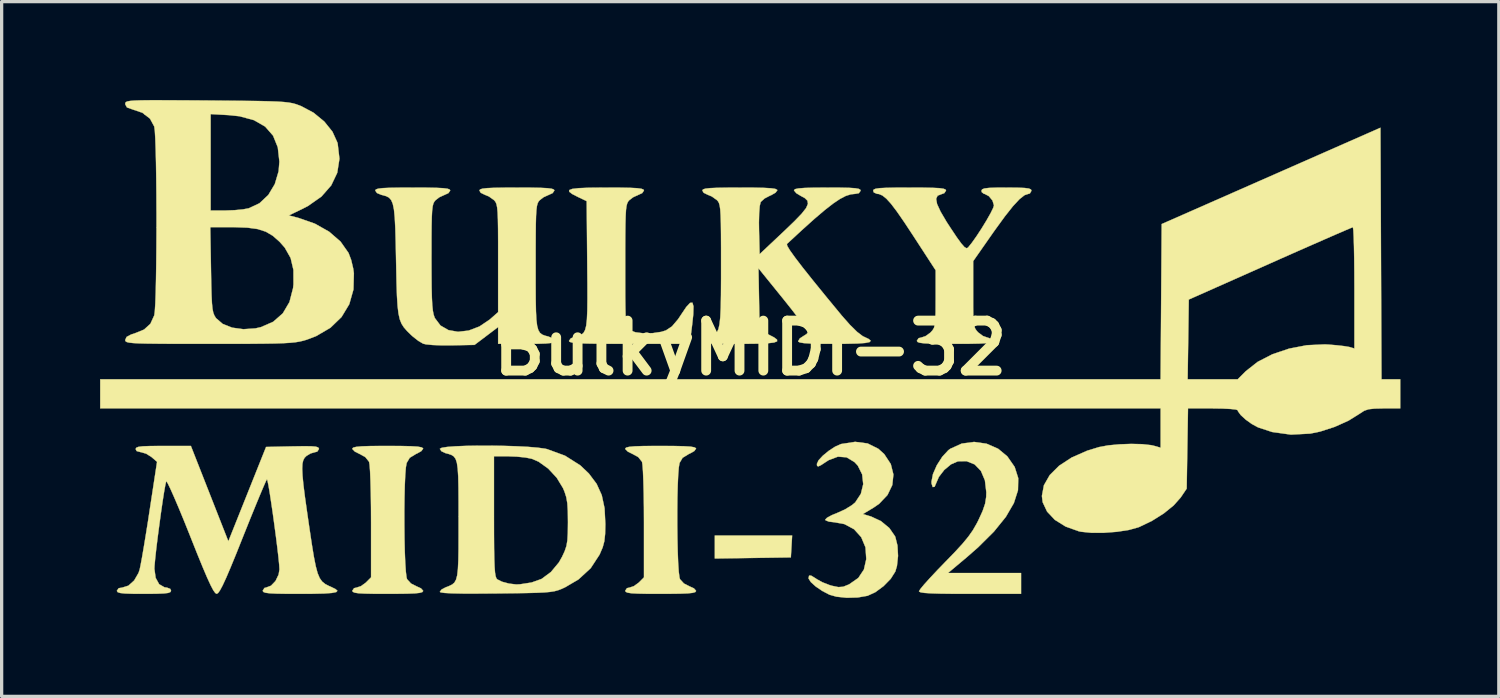
<source format=kicad_pcb>
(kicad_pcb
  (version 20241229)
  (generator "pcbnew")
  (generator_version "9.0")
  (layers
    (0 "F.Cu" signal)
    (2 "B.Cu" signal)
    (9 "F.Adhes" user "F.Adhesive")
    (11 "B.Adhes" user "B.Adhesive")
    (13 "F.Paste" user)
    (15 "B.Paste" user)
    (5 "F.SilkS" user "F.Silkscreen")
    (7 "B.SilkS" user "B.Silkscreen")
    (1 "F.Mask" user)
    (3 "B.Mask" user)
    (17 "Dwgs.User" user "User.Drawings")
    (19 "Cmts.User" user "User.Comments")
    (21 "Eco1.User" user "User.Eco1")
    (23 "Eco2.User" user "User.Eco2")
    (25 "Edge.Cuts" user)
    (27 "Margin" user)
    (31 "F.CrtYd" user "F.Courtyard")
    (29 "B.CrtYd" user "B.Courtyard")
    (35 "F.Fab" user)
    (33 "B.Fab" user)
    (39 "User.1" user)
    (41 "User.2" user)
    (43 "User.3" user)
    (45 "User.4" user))
  (footprint "BulkyMIDI-32"
    (layer "F.Cu")
    (at 19.817 7.557)
    (property "Reference" "BulkyMIDI-32" (at 0 0 0) (layer "F.SilkS") (effects (font (size 1.524 1.524) (thickness 0.3))))
    (attr through_hole)
    (fp_poly (pts (xy 1.238 6.382) (xy -1.079 6.416) (xy -1.079 5.715) (xy 1.277 5.715) (xy 1.238 6.382)) (stroke (width 0.01) (type solid)) (fill yes) (layer "F.SilkS"))
    (fp_poly (pts (xy 7.203 2.917) (xy 7.556 3.071) (xy 7.835 3.302) (xy 8.06 3.625) (xy 8.169 3.968) (xy 8.161 4.335) (xy 8.036 4.726) (xy 7.792 5.146) (xy 7.429 5.595) (xy 6.945 6.076) (xy 6.587 6.389) (xy 6.028 6.858) (xy 8.255 6.858) (xy 8.255 7.493) (xy 6.699 7.493) (xy 6.191 7.492) (xy 5.799 7.487) (xy 5.51 7.478) (xy 5.312 7.465) (xy 5.195 7.447) (xy 5.147 7.423) (xy 5.144 7.414) (xy 5.187 7.345) (xy 5.305 7.202) (xy 5.485 7.003) (xy 5.711 6.762) (xy 5.926 6.54) (xy 6.236 6.221) (xy 6.471 5.965) (xy 6.648 5.75) (xy 6.786 5.554) (xy 6.901 5.354) (xy 6.953 5.253) (xy 7.083 4.969) (xy 7.159 4.746) (xy 7.192 4.539) (xy 7.196 4.396) (xy 7.153 4.033) (xy 7.031 3.746) (xy 6.84 3.548) (xy 6.592 3.449) (xy 6.33 3.454) (xy 6.12 3.545) (xy 5.913 3.717) (xy 5.749 3.93) (xy 5.677 4.097) (xy 5.62 4.229) (xy 5.562 4.239) (xy 5.527 4.132) (xy 5.524 4.076) (xy 5.57 3.842) (xy 5.688 3.573) (xy 5.853 3.316) (xy 6.039 3.115) (xy 6.097 3.072) (xy 6.445 2.914) (xy 6.823 2.863) (xy 7.203 2.917)) (stroke (width 0.01) (type solid)) (fill yes) (layer "F.SilkS"))
    (fp_poly (pts (xy -10.638 2.987) (xy -10.339 2.994) (xy -10.138 3.006) (xy -10.021 3.027) (xy -9.973 3.055) (xy -9.97 3.067) (xy -10.023 3.141) (xy -10.156 3.216) (xy -10.186 3.228) (xy -10.38 3.347) (xy -10.472 3.504) (xy -10.496 3.638) (xy -10.515 3.872) (xy -10.529 4.187) (xy -10.538 4.56) (xy -10.543 4.97) (xy -10.542 5.395) (xy -10.538 5.814) (xy -10.529 6.205) (xy -10.515 6.546) (xy -10.497 6.816) (xy -10.475 6.994) (xy -10.46 7.046) (xy -10.34 7.178) (xy -10.175 7.262) (xy -10.036 7.325) (xy -9.97 7.399) (xy -9.97 7.407) (xy -9.993 7.439) (xy -10.073 7.463) (xy -10.226 7.479) (xy -10.466 7.488) (xy -10.809 7.492) (xy -11.049 7.493) (xy -11.449 7.492) (xy -11.739 7.486) (xy -11.935 7.476) (xy -12.054 7.458) (xy -12.113 7.432) (xy -12.129 7.398) (xy -12.075 7.32) (xy -11.999 7.303) (xy -11.866 7.259) (xy -11.721 7.155) (xy -11.713 7.147) (xy -11.557 6.991) (xy -11.557 5.309) (xy -11.559 4.852) (xy -11.565 4.43) (xy -11.575 4.061) (xy -11.587 3.766) (xy -11.602 3.562) (xy -11.617 3.47) (xy -11.731 3.326) (xy -11.903 3.231) (xy -12.049 3.159) (xy -12.125 3.082) (xy -12.129 3.067) (xy -12.101 3.036) (xy -12.01 3.013) (xy -11.841 2.997) (xy -11.578 2.988) (xy -11.209 2.985) (xy -11.049 2.985) (xy -10.638 2.987)) (stroke (width 0.01) (type solid)) (fill yes) (layer "F.SilkS"))
    (fp_poly (pts (xy -2.319 2.987) (xy -2.02 2.994) (xy -1.82 3.006) (xy -1.702 3.027) (xy -1.654 3.055) (xy -1.651 3.067) (xy -1.705 3.141) (xy -1.838 3.216) (xy -1.868 3.228) (xy -2.062 3.347) (xy -2.154 3.504) (xy -2.177 3.638) (xy -2.196 3.872) (xy -2.21 4.187) (xy -2.22 4.56) (xy -2.224 4.97) (xy -2.224 5.395) (xy -2.219 5.814) (xy -2.21 6.205) (xy -2.197 6.546) (xy -2.179 6.816) (xy -2.156 6.994) (xy -2.141 7.046) (xy -2.021 7.178) (xy -1.857 7.262) (xy -1.717 7.325) (xy -1.652 7.399) (xy -1.651 7.407) (xy -1.674 7.439) (xy -1.755 7.463) (xy -1.907 7.479) (xy -2.147 7.488) (xy -2.491 7.492) (xy -2.731 7.493) (xy -3.131 7.492) (xy -3.42 7.486) (xy -3.616 7.476) (xy -3.736 7.458) (xy -3.795 7.432) (xy -3.81 7.398) (xy -3.757 7.32) (xy -3.68 7.303) (xy -3.548 7.259) (xy -3.403 7.155) (xy -3.394 7.147) (xy -3.239 6.991) (xy -3.239 5.309) (xy -3.241 4.852) (xy -3.247 4.43) (xy -3.257 4.061) (xy -3.269 3.766) (xy -3.284 3.562) (xy -3.298 3.47) (xy -3.412 3.326) (xy -3.584 3.231) (xy -3.73 3.159) (xy -3.807 3.082) (xy -3.81 3.067) (xy -3.783 3.036) (xy -3.692 3.013) (xy -3.522 2.997) (xy -3.26 2.988) (xy -2.89 2.985) (xy -2.731 2.985) (xy -2.319 2.987)) (stroke (width 0.01) (type solid)) (fill yes) (layer "F.SilkS"))
    (fp_poly (pts (xy -3.964 -4.888) (xy -3.657 -4.882) (xy -3.447 -4.871) (xy -3.318 -4.854) (xy -3.253 -4.829) (xy -3.239 -4.801) (xy -3.293 -4.721) (xy -3.399 -4.673) (xy -3.569 -4.595) (xy -3.685 -4.507) (xy -3.721 -4.465) (xy -3.749 -4.41) (xy -3.771 -4.328) (xy -3.787 -4.205) (xy -3.797 -4.025) (xy -3.804 -3.774) (xy -3.808 -3.438) (xy -3.81 -3.003) (xy -3.81 -2.512) (xy -3.81 -1.976) (xy -3.809 -1.553) (xy -3.805 -1.229) (xy -3.799 -0.988) (xy -3.788 -0.818) (xy -3.772 -0.704) (xy -3.75 -0.632) (xy -3.721 -0.586) (xy -3.684 -0.554) (xy -3.669 -0.543) (xy -3.499 -0.479) (xy -3.252 -0.448) (xy -2.974 -0.453) (xy -2.712 -0.492) (xy -2.57 -0.536) (xy -2.386 -0.658) (xy -2.199 -0.878) (xy -2.111 -1.01) (xy -1.949 -1.251) (xy -1.833 -1.375) (xy -1.761 -1.381) (xy -1.73 -1.269) (xy -1.736 -1.04) (xy -1.742 -0.968) (xy -1.77 -0.712) (xy -1.799 -0.476) (xy -1.82 -0.333) (xy -1.856 -0.127) (xy -3.69 -0.127) (xy -4.231 -0.128) (xy -4.657 -0.131) (xy -4.982 -0.136) (xy -5.217 -0.145) (xy -5.377 -0.158) (xy -5.472 -0.176) (xy -5.517 -0.198) (xy -5.524 -0.217) (xy -5.47 -0.293) (xy -5.341 -0.348) (xy -5.235 -0.373) (xy -5.15 -0.405) (xy -5.084 -0.458) (xy -5.035 -0.545) (xy -5 -0.678) (xy -4.978 -0.872) (xy -4.966 -1.139) (xy -4.962 -1.493) (xy -4.963 -1.947) (xy -4.968 -2.514) (xy -4.968 -2.546) (xy -4.985 -4.477) (xy -5.252 -4.604) (xy -5.425 -4.693) (xy -5.516 -4.762) (xy -5.518 -4.813) (xy -5.425 -4.849) (xy -5.228 -4.872) (xy -4.921 -4.885) (xy -4.496 -4.889) (xy -4.381 -4.889) (xy -3.964 -4.888)) (stroke (width 0.01) (type solid)) (fill yes) (layer "F.SilkS"))
    (fp_poly (pts (xy 3.577 2.909) (xy 3.905 3.072) (xy 4.085 3.235) (xy 4.284 3.537) (xy 4.364 3.856) (xy 4.33 4.177) (xy 4.184 4.48) (xy 3.93 4.748) (xy 3.762 4.864) (xy 3.434 5.061) (xy 3.683 5.136) (xy 3.984 5.276) (xy 4.24 5.488) (xy 4.413 5.738) (xy 4.422 5.758) (xy 4.488 6.022) (xy 4.505 6.338) (xy 4.472 6.644) (xy 4.423 6.812) (xy 4.282 7.035) (xy 4.064 7.258) (xy 3.812 7.444) (xy 3.576 7.552) (xy 3.276 7.604) (xy 2.942 7.613) (xy 2.629 7.58) (xy 2.416 7.52) (xy 2.196 7.405) (xy 1.996 7.269) (xy 1.848 7.135) (xy 1.779 7.027) (xy 1.778 7.014) (xy 1.794 6.938) (xy 1.856 6.938) (xy 1.987 7.017) (xy 2.029 7.046) (xy 2.203 7.142) (xy 2.424 7.228) (xy 2.488 7.247) (xy 2.686 7.288) (xy 2.835 7.277) (xy 3.007 7.207) (xy 3.017 7.202) (xy 3.294 7.009) (xy 3.465 6.752) (xy 3.537 6.434) (xy 3.513 6.076) (xy 3.383 5.766) (xy 3.164 5.524) (xy 2.87 5.367) (xy 2.574 5.313) (xy 2.398 5.292) (xy 2.297 5.252) (xy 2.286 5.231) (xy 2.341 5.174) (xy 2.484 5.096) (xy 2.654 5.026) (xy 2.887 4.921) (xy 3.097 4.792) (xy 3.199 4.708) (xy 3.372 4.445) (xy 3.444 4.15) (xy 3.412 3.853) (xy 3.279 3.586) (xy 3.179 3.478) (xy 2.936 3.332) (xy 2.673 3.312) (xy 2.393 3.417) (xy 2.324 3.461) (xy 2.158 3.57) (xy 2.071 3.611) (xy 2.037 3.59) (xy 2.032 3.532) (xy 2.083 3.422) (xy 2.214 3.281) (xy 2.393 3.134) (xy 2.588 3.007) (xy 2.766 2.928) (xy 2.774 2.926) (xy 3.198 2.86) (xy 3.577 2.909)) (stroke (width 0.01) (type solid)) (fill yes) (layer "F.SilkS"))
    (fp_poly (pts (xy 19.225 -2.881) (xy 19.241 0.953) (xy 19.812 0.953) (xy 19.812 1.841) (xy 19.3 1.841) (xy 19.029 1.847) (xy 18.847 1.867) (xy 18.715 1.912) (xy 18.595 1.989) (xy 18.584 1.997) (xy 18.236 2.214) (xy 17.813 2.404) (xy 17.367 2.548) (xy 17.069 2.609) (xy 16.481 2.64) (xy 15.91 2.561) (xy 15.48 2.42) (xy 15.289 2.317) (xy 15.101 2.182) (xy 14.95 2.043) (xy 14.866 1.928) (xy 14.859 1.896) (xy 14.8 1.875) (xy 14.638 1.858) (xy 14.398 1.846) (xy 14.106 1.842) (xy 14.101 1.841) (xy 13.343 1.841) (xy 13.323 3.064) (xy 13.303 4.286) (xy 13.12 4.557) (xy 12.907 4.797) (xy 12.605 5.042) (xy 12.246 5.268) (xy 11.864 5.452) (xy 11.826 5.467) (xy 11.54 5.546) (xy 11.176 5.602) (xy 10.782 5.632) (xy 10.403 5.633) (xy 10.087 5.601) (xy 10.015 5.586) (xy 9.612 5.442) (xy 9.285 5.238) (xy 9.048 4.986) (xy 8.914 4.701) (xy 8.89 4.51) (xy 8.952 4.182) (xy 9.13 3.872) (xy 9.416 3.588) (xy 9.798 3.338) (xy 10.268 3.131) (xy 10.634 3.019) (xy 10.911 2.968) (xy 11.251 2.936) (xy 11.61 2.923) (xy 11.947 2.931) (xy 12.219 2.961) (xy 12.304 2.98) (xy 12.509 3.039) (xy 12.509 1.841) (xy -19.812 1.841) (xy -19.812 0.953) (xy 12.508 0.953) (xy 13.332 0.953) (xy 14.859 0.953) (xy 15.107 0.705) (xy 15.465 0.423) (xy 15.915 0.191) (xy 16.425 0.019) (xy 16.966 -0.085) (xy 17.51 -0.11) (xy 17.621 -0.105) (xy 17.881 -0.083) (xy 18.107 -0.057) (xy 18.256 -0.032) (xy 18.272 -0.028) (xy 18.415 0.015) (xy 18.415 -1.834) (xy 18.413 -2.304) (xy 18.409 -2.729) (xy 18.402 -3.095) (xy 18.393 -3.385) (xy 18.383 -3.584) (xy 18.371 -3.676) (xy 18.367 -3.681) (xy 18.301 -3.655) (xy 18.131 -3.583) (xy 17.869 -3.47) (xy 17.528 -3.321) (xy 17.12 -3.142) (xy 16.656 -2.938) (xy 16.15 -2.714) (xy 15.843 -2.577) (xy 13.367 -1.477) (xy 13.35 -0.262) (xy 13.332 0.953) (xy 12.508 0.953) (xy 12.541 -3.778) (xy 19.209 -6.714) (xy 19.225 -2.881)) (stroke (width 0.01) (type solid)) (fill yes) (layer "F.SilkS"))
    (fp_poly (pts (xy -7.506 2.983) (xy -7.122 2.995) (xy -6.772 3.013) (xy -6.477 3.038) (xy -6.256 3.068) (xy -6.193 3.082) (xy -5.646 3.282) (xy -5.183 3.575) (xy -4.919 3.825) (xy -4.682 4.141) (xy -4.526 4.484) (xy -4.44 4.883) (xy -4.416 5.366) (xy -4.423 5.668) (xy -4.447 5.889) (xy -4.497 6.075) (xy -4.581 6.272) (xy -4.592 6.297) (xy -4.863 6.712) (xy -5.236 7.055) (xy -5.644 7.294) (xy -5.753 7.344) (xy -5.853 7.382) (xy -5.962 7.412) (xy -6.097 7.434) (xy -6.274 7.45) (xy -6.511 7.461) (xy -6.825 7.469) (xy -7.232 7.475) (xy -7.731 7.481) (xy -8.303 7.485) (xy -8.754 7.485) (xy -9.09 7.478) (xy -9.315 7.466) (xy -9.436 7.448) (xy -9.461 7.432) (xy -9.409 7.362) (xy -9.287 7.297) (xy -9.174 7.253) (xy -9.085 7.209) (xy -9.017 7.151) (xy -8.967 7.062) (xy -8.932 6.93) (xy -8.91 6.74) (xy -8.897 6.478) (xy -8.891 6.128) (xy -8.89 5.678) (xy -8.89 5.239) (xy -8.89 4.693) (xy -8.893 4.26) (xy -8.9 3.927) (xy -8.916 3.678) (xy -8.941 3.501) (xy -8.98 3.381) (xy -9.035 3.305) (xy -9.039 3.302) (xy -7.811 3.302) (xy -7.811 5.136) (xy -7.81 5.676) (xy -7.807 6.103) (xy -7.801 6.43) (xy -7.792 6.672) (xy -7.779 6.841) (xy -7.761 6.952) (xy -7.738 7.019) (xy -7.712 7.051) (xy -7.566 7.124) (xy -7.353 7.181) (xy -7.134 7.207) (xy -7.017 7.202) (xy -6.867 7.179) (xy -6.675 7.149) (xy -6.663 7.147) (xy -6.36 7.039) (xy -6.074 6.827) (xy -5.831 6.534) (xy -5.734 6.363) (xy -5.654 6.189) (xy -5.602 6.034) (xy -5.573 5.863) (xy -5.56 5.638) (xy -5.556 5.325) (xy -5.556 5.302) (xy -5.56 4.971) (xy -5.575 4.732) (xy -5.607 4.547) (xy -5.66 4.381) (xy -5.708 4.268) (xy -5.898 3.955) (xy -6.157 3.676) (xy -6.449 3.466) (xy -6.655 3.377) (xy -6.85 3.338) (xy -7.112 3.311) (xy -7.357 3.302) (xy -7.811 3.302) (xy -9.039 3.302) (xy -9.109 3.258) (xy -9.203 3.226) (xy -9.287 3.205) (xy -9.413 3.146) (xy -9.461 3.073) (xy -9.401 3.041) (xy -9.235 3.015) (xy -8.981 2.996) (xy -8.662 2.983) (xy -8.296 2.977) (xy -7.904 2.977) (xy -7.506 2.983)) (stroke (width 0.01) (type solid)) (fill yes) (layer "F.SilkS"))
    (fp_poly (pts (xy 8.139 -4.887) (xy 8.36 -4.878) (xy 8.493 -4.861) (xy 8.557 -4.832) (xy 8.572 -4.794) (xy 8.524 -4.71) (xy 8.482 -4.699) (xy 8.362 -4.659) (xy 8.206 -4.536) (xy 8.007 -4.322) (xy 7.76 -4.01) (xy 7.459 -3.596) (xy 7.396 -3.507) (xy 6.795 -2.647) (xy 6.795 -1.638) (xy 6.795 -1.259) (xy 6.799 -0.985) (xy 6.809 -0.796) (xy 6.829 -0.669) (xy 6.86 -0.585) (xy 6.906 -0.52) (xy 6.95 -0.473) (xy 7.094 -0.366) (xy 7.229 -0.318) (xy 7.236 -0.318) (xy 7.342 -0.278) (xy 7.366 -0.222) (xy 7.35 -0.188) (xy 7.291 -0.163) (xy 7.173 -0.145) (xy 6.979 -0.135) (xy 6.693 -0.129) (xy 6.299 -0.127) (xy 6.223 -0.127) (xy 5.81 -0.128) (xy 5.508 -0.133) (xy 5.3 -0.143) (xy 5.17 -0.159) (xy 5.102 -0.183) (xy 5.08 -0.216) (xy 5.08 -0.222) (xy 5.133 -0.3) (xy 5.21 -0.318) (xy 5.342 -0.361) (xy 5.487 -0.465) (xy 5.496 -0.473) (xy 5.558 -0.542) (xy 5.601 -0.615) (xy 5.628 -0.718) (xy 5.643 -0.873) (xy 5.65 -1.105) (xy 5.651 -1.437) (xy 5.652 -1.499) (xy 5.652 -2.369) (xy 4.976 -3.409) (xy 4.698 -3.831) (xy 4.475 -4.154) (xy 4.296 -4.39) (xy 4.151 -4.551) (xy 4.03 -4.648) (xy 3.925 -4.693) (xy 3.865 -4.699) (xy 3.767 -4.741) (xy 3.747 -4.794) (xy 3.763 -4.829) (xy 3.822 -4.854) (xy 3.942 -4.872) (xy 4.138 -4.882) (xy 4.427 -4.888) (xy 4.826 -4.889) (xy 4.858 -4.889) (xy 5.267 -4.888) (xy 5.565 -4.882) (xy 5.769 -4.872) (xy 5.893 -4.854) (xy 5.954 -4.829) (xy 5.969 -4.799) (xy 5.915 -4.72) (xy 5.826 -4.688) (xy 5.711 -4.643) (xy 5.666 -4.547) (xy 5.695 -4.388) (xy 5.801 -4.158) (xy 5.985 -3.845) (xy 6.104 -3.662) (xy 6.295 -3.376) (xy 6.433 -3.186) (xy 6.528 -3.078) (xy 6.592 -3.041) (xy 6.635 -3.058) (xy 6.753 -3.204) (xy 6.899 -3.41) (xy 7.054 -3.647) (xy 7.202 -3.889) (xy 7.325 -4.106) (xy 7.406 -4.271) (xy 7.429 -4.348) (xy 7.383 -4.497) (xy 7.272 -4.63) (xy 7.142 -4.698) (xy 7.123 -4.699) (xy 7.057 -4.75) (xy 7.048 -4.794) (xy 7.068 -4.835) (xy 7.138 -4.863) (xy 7.279 -4.88) (xy 7.51 -4.888) (xy 7.811 -4.889) (xy 8.139 -4.887)) (stroke (width 0.01) (type solid)) (fill yes) (layer "F.SilkS"))
    (fp_poly (pts (xy -6.694 -4.888) (xy -6.388 -4.882) (xy -6.178 -4.871) (xy -6.048 -4.854) (xy -5.984 -4.829) (xy -5.969 -4.801) (xy -6.023 -4.721) (xy -6.129 -4.673) (xy -6.3 -4.595) (xy -6.415 -4.507) (xy -6.451 -4.465) (xy -6.479 -4.411) (xy -6.501 -4.33) (xy -6.517 -4.207) (xy -6.528 -4.028) (xy -6.535 -3.779) (xy -6.538 -3.446) (xy -6.54 -3.014) (xy -6.54 -2.486) (xy -6.54 -1.924) (xy -6.538 -1.476) (xy -6.531 -1.127) (xy -6.518 -0.865) (xy -6.495 -0.676) (xy -6.459 -0.546) (xy -6.409 -0.462) (xy -6.343 -0.41) (xy -6.256 -0.376) (xy -6.147 -0.348) (xy -6.144 -0.347) (xy -6.017 -0.288) (xy -5.969 -0.215) (xy -5.992 -0.179) (xy -6.073 -0.153) (xy -6.23 -0.137) (xy -6.479 -0.129) (xy -6.826 -0.127) (xy -7.684 -0.127) (xy -7.684 -0.639) (xy -8.043 -0.367) (xy -8.403 -0.095) (xy -9.107 -0.081) (xy -9.41 -0.081) (xy -9.679 -0.091) (xy -9.881 -0.111) (xy -9.97 -0.132) (xy -10.115 -0.217) (xy -10.286 -0.351) (xy -10.34 -0.4) (xy -10.46 -0.518) (xy -10.555 -0.626) (xy -10.629 -0.741) (xy -10.683 -0.878) (xy -10.722 -1.055) (xy -10.749 -1.287) (xy -10.768 -1.592) (xy -10.781 -1.986) (xy -10.791 -2.484) (xy -10.795 -2.676) (xy -10.806 -3.217) (xy -10.818 -3.645) (xy -10.835 -3.975) (xy -10.859 -4.219) (xy -10.895 -4.393) (xy -10.944 -4.509) (xy -11.011 -4.584) (xy -11.098 -4.629) (xy -11.209 -4.66) (xy -11.246 -4.669) (xy -11.377 -4.724) (xy -11.43 -4.799) (xy -11.411 -4.832) (xy -11.342 -4.856) (xy -11.208 -4.873) (xy -10.994 -4.883) (xy -10.683 -4.888) (xy -10.287 -4.889) (xy -9.869 -4.888) (xy -9.563 -4.882) (xy -9.353 -4.871) (xy -9.223 -4.854) (xy -9.159 -4.829) (xy -9.144 -4.801) (xy -9.198 -4.721) (xy -9.304 -4.673) (xy -9.475 -4.595) (xy -9.59 -4.507) (xy -9.628 -4.462) (xy -9.658 -4.403) (xy -9.68 -4.315) (xy -9.696 -4.182) (xy -9.706 -3.987) (xy -9.712 -3.717) (xy -9.715 -3.354) (xy -9.715 -2.883) (xy -9.716 -2.756) (xy -9.714 -2.242) (xy -9.711 -1.839) (xy -9.703 -1.53) (xy -9.691 -1.301) (xy -9.673 -1.134) (xy -9.649 -1.014) (xy -9.618 -0.925) (xy -9.612 -0.912) (xy -9.441 -0.685) (xy -9.198 -0.545) (xy -8.906 -0.494) (xy -8.584 -0.531) (xy -8.254 -0.656) (xy -7.937 -0.87) (xy -7.917 -0.888) (xy -7.684 -1.093) (xy -7.684 -2.737) (xy -7.684 -3.238) (xy -7.686 -3.628) (xy -7.691 -3.922) (xy -7.7 -4.135) (xy -7.714 -4.283) (xy -7.734 -4.382) (xy -7.761 -4.448) (xy -7.797 -4.495) (xy -7.809 -4.507) (xy -7.965 -4.619) (xy -8.095 -4.673) (xy -8.215 -4.732) (xy -8.255 -4.801) (xy -8.234 -4.833) (xy -8.161 -4.857) (xy -8.021 -4.873) (xy -7.798 -4.883) (xy -7.476 -4.888) (xy -7.112 -4.889) (xy -6.694 -4.888)) (stroke (width 0.01) (type solid)) (fill yes) (layer "F.SilkS"))
    (fp_poly (pts (xy 2.736 -4.888) (xy 3.013 -4.882) (xy 3.197 -4.87) (xy 3.306 -4.851) (xy 3.356 -4.823) (xy 3.365 -4.794) (xy 3.31 -4.718) (xy 3.205 -4.699) (xy 3.065 -4.684) (xy 2.913 -4.636) (xy 2.736 -4.544) (xy 2.526 -4.403) (xy 2.27 -4.203) (xy 1.957 -3.937) (xy 1.578 -3.596) (xy 1.12 -3.173) (xy 1.117 -3.171) (xy 1.129 -3.111) (xy 1.212 -2.973) (xy 1.368 -2.755) (xy 1.6 -2.452) (xy 1.91 -2.063) (xy 2.299 -1.584) (xy 2.77 -1.013) (xy 2.784 -0.995) (xy 3.038 -0.707) (xy 3.258 -0.491) (xy 3.429 -0.361) (xy 3.467 -0.343) (xy 3.612 -0.274) (xy 3.672 -0.221) (xy 3.639 -0.181) (xy 3.507 -0.154) (xy 3.268 -0.137) (xy 2.915 -0.129) (xy 2.572 -0.127) (xy 2.15 -0.129) (xy 1.842 -0.136) (xy 1.634 -0.149) (xy 1.512 -0.169) (xy 1.463 -0.197) (xy 1.46 -0.207) (xy 1.512 -0.293) (xy 1.599 -0.35) (xy 1.716 -0.424) (xy 1.758 -0.477) (xy 1.727 -0.545) (xy 1.626 -0.694) (xy 1.468 -0.908) (xy 1.266 -1.171) (xy 1.031 -1.466) (xy 1.015 -1.486) (xy 0.251 -2.43) (xy 0.286 -0.54) (xy 0.553 -0.413) (xy 0.726 -0.324) (xy 0.817 -0.255) (xy 0.819 -0.203) (xy 0.726 -0.167) (xy 0.529 -0.144) (xy 0.222 -0.132) (xy -0.203 -0.127) (xy -0.318 -0.127) (xy -0.734 -0.129) (xy -1.039 -0.134) (xy -1.248 -0.145) (xy -1.378 -0.161) (xy -1.443 -0.186) (xy -1.46 -0.217) (xy -1.406 -0.293) (xy -1.273 -0.349) (xy -1.27 -0.349) (xy -1.166 -0.376) (xy -1.083 -0.413) (xy -1.018 -0.475) (xy -0.97 -0.575) (xy -0.936 -0.726) (xy -0.913 -0.941) (xy -0.899 -1.233) (xy -0.892 -1.617) (xy -0.889 -2.105) (xy -0.889 -2.522) (xy -0.889 -3.058) (xy -0.891 -3.482) (xy -0.895 -3.807) (xy -0.903 -4.049) (xy -0.914 -4.222) (xy -0.931 -4.34) (xy -0.953 -4.418) (xy -0.982 -4.471) (xy -1.014 -4.507) (xy -1.171 -4.619) (xy -1.3 -4.673) (xy -1.42 -4.732) (xy -1.46 -4.801) (xy -1.44 -4.833) (xy -1.367 -4.857) (xy -1.226 -4.873) (xy -1.003 -4.883) (xy -0.682 -4.888) (xy -0.318 -4.889) (xy 0.107 -4.888) (xy 0.419 -4.881) (xy 0.632 -4.869) (xy 0.76 -4.851) (xy 0.818 -4.824) (xy 0.826 -4.807) (xy 0.771 -4.734) (xy 0.638 -4.658) (xy 0.603 -4.644) (xy 0.437 -4.558) (xy 0.323 -4.454) (xy 0.316 -4.441) (xy 0.289 -4.326) (xy 0.272 -4.112) (xy 0.265 -3.827) (xy 0.268 -3.589) (xy 0.286 -2.86) (xy 1.035 -3.565) (xy 1.346 -3.864) (xy 1.566 -4.092) (xy 1.702 -4.264) (xy 1.759 -4.393) (xy 1.744 -4.49) (xy 1.663 -4.57) (xy 1.541 -4.636) (xy 1.404 -4.719) (xy 1.336 -4.8) (xy 1.335 -4.81) (xy 1.366 -4.842) (xy 1.47 -4.864) (xy 1.66 -4.879) (xy 1.95 -4.887) (xy 2.349 -4.889) (xy 2.736 -4.888)) (stroke (width 0.01) (type solid)) (fill yes) (layer "F.SilkS"))
    (fp_poly (pts (xy -16.478 4.438) (xy -15.907 5.892) (xy -15.332 4.454) (xy -14.757 3.016) (xy -13.951 2.998) (xy -13.614 2.993) (xy -13.384 2.995) (xy -13.242 3.007) (xy -13.169 3.031) (xy -13.145 3.069) (xy -13.145 3.078) (xy -13.197 3.158) (xy -13.264 3.175) (xy -13.401 3.214) (xy -13.527 3.29) (xy -13.584 3.347) (xy -13.624 3.422) (xy -13.649 3.529) (xy -13.656 3.681) (xy -13.646 3.894) (xy -13.618 4.179) (xy -13.571 4.551) (xy -13.504 5.024) (xy -13.438 5.479) (xy -13.364 5.974) (xy -13.301 6.359) (xy -13.243 6.651) (xy -13.186 6.864) (xy -13.122 7.015) (xy -13.047 7.12) (xy -12.954 7.195) (xy -12.837 7.255) (xy -12.779 7.28) (xy -12.64 7.348) (xy -12.583 7.4) (xy -12.618 7.439) (xy -12.75 7.466) (xy -12.988 7.483) (xy -13.339 7.491) (xy -13.716 7.493) (xy -14.129 7.492) (xy -14.431 7.487) (xy -14.639 7.477) (xy -14.769 7.461) (xy -14.837 7.437) (xy -14.859 7.404) (xy -14.859 7.398) (xy -14.808 7.314) (xy -14.761 7.303) (xy -14.608 7.246) (xy -14.469 7.101) (xy -14.375 6.906) (xy -14.349 6.75) (xy -14.357 6.612) (xy -14.379 6.386) (xy -14.413 6.094) (xy -14.455 5.758) (xy -14.503 5.399) (xy -14.552 5.04) (xy -14.602 4.702) (xy -14.647 4.408) (xy -14.686 4.179) (xy -14.716 4.037) (xy -14.73 4.001) (xy -14.761 4.058) (xy -14.832 4.218) (xy -14.938 4.468) (xy -15.072 4.792) (xy -15.229 5.176) (xy -15.401 5.605) (xy -15.458 5.747) (xy -15.668 6.273) (xy -15.839 6.689) (xy -15.975 7.007) (xy -16.081 7.236) (xy -16.162 7.387) (xy -16.221 7.469) (xy -16.263 7.493) (xy -16.306 7.467) (xy -16.366 7.383) (xy -16.446 7.231) (xy -16.552 7.001) (xy -16.688 6.682) (xy -16.859 6.264) (xy -17.069 5.737) (xy -17.071 5.731) (xy -17.247 5.293) (xy -17.408 4.902) (xy -17.55 4.569) (xy -17.665 4.31) (xy -17.749 4.136) (xy -17.795 4.063) (xy -17.802 4.064) (xy -17.829 4.183) (xy -17.868 4.402) (xy -17.914 4.697) (xy -17.964 5.042) (xy -18.014 5.413) (xy -18.063 5.783) (xy -18.105 6.127) (xy -18.137 6.421) (xy -18.157 6.639) (xy -18.161 6.731) (xy -18.123 7.006) (xy -18.016 7.2) (xy -17.851 7.295) (xy -17.78 7.303) (xy -17.677 7.342) (xy -17.653 7.398) (xy -17.671 7.437) (xy -17.739 7.465) (xy -17.875 7.481) (xy -18.098 7.49) (xy -18.426 7.493) (xy -18.479 7.493) (xy -18.822 7.491) (xy -19.058 7.483) (xy -19.204 7.467) (xy -19.28 7.442) (xy -19.304 7.404) (xy -19.304 7.398) (xy -19.249 7.321) (xy -19.142 7.303) (xy -18.953 7.244) (xy -18.778 7.086) (xy -18.645 6.856) (xy -18.611 6.755) (xy -18.583 6.623) (xy -18.539 6.387) (xy -18.484 6.067) (xy -18.421 5.684) (xy -18.353 5.26) (xy -18.312 4.989) (xy -18.08 3.469) (xy -18.251 3.322) (xy -18.412 3.221) (xy -18.569 3.175) (xy -18.577 3.175) (xy -18.702 3.141) (xy -18.733 3.08) (xy -18.714 3.04) (xy -18.647 3.013) (xy -18.513 2.996) (xy -18.292 2.988) (xy -17.966 2.985) (xy -17.891 2.985) (xy -17.049 2.985) (xy -16.478 4.438)) (stroke (width 0.01) (type solid)) (fill yes) (layer "F.SilkS"))
    (fp_poly (pts (xy -17.499 -7.55) (xy -16.94 -7.547) (xy -16.558 -7.544) (xy -15.929 -7.538) (xy -15.414 -7.533) (xy -14.999 -7.528) (xy -14.67 -7.52) (xy -14.414 -7.511) (xy -14.218 -7.498) (xy -14.067 -7.481) (xy -13.949 -7.46) (xy -13.85 -7.433) (xy -13.756 -7.399) (xy -13.686 -7.372) (xy -13.309 -7.171) (xy -12.983 -6.903) (xy -12.733 -6.592) (xy -12.584 -6.264) (xy -12.575 -6.231) (xy -12.521 -5.768) (xy -12.588 -5.341) (xy -12.772 -4.955) (xy -13.071 -4.615) (xy -13.482 -4.327) (xy -13.651 -4.24) (xy -14.065 -4.041) (xy -13.78 -3.968) (xy -13.272 -3.791) (xy -12.835 -3.545) (xy -12.486 -3.242) (xy -12.244 -2.898) (xy -12.163 -2.684) (xy -12.101 -2.421) (xy -12.081 -2.278) (xy -12.094 -1.783) (xy -12.221 -1.335) (xy -12.458 -0.943) (xy -12.797 -0.616) (xy -13.232 -0.362) (xy -13.516 -0.254) (xy -13.624 -0.222) (xy -13.736 -0.196) (xy -13.864 -0.175) (xy -14.023 -0.159) (xy -14.226 -0.147) (xy -14.486 -0.138) (xy -14.816 -0.133) (xy -15.231 -0.129) (xy -15.744 -0.127) (xy -16.368 -0.127) (xy -16.485 -0.127) (xy -17.123 -0.127) (xy -17.646 -0.128) (xy -18.064 -0.131) (xy -18.39 -0.135) (xy -18.635 -0.141) (xy -18.811 -0.151) (xy -18.929 -0.164) (xy -19 -0.181) (xy -19.036 -0.202) (xy -19.049 -0.228) (xy -19.05 -0.246) (xy -19.008 -0.338) (xy -18.869 -0.412) (xy -18.769 -0.443) (xy -18.476 -0.562) (xy -18.283 -0.738) (xy -18.167 -0.991) (xy -18.164 -1) (xy -18.148 -1.125) (xy -18.133 -1.361) (xy -18.121 -1.69) (xy -18.112 -2.095) (xy -18.105 -2.559) (xy -18.1 -3.066) (xy -18.097 -3.598) (xy -18.097 -3.683) (xy -16.458 -3.683) (xy -16.436 -2.386) (xy -16.428 -1.944) (xy -16.419 -1.611) (xy -16.407 -1.368) (xy -16.39 -1.196) (xy -16.366 -1.076) (xy -16.333 -0.991) (xy -16.29 -0.921) (xy -16.282 -0.909) (xy -16.079 -0.734) (xy -15.791 -0.62) (xy -15.449 -0.573) (xy -15.083 -0.598) (xy -14.915 -0.636) (xy -14.539 -0.8) (xy -14.247 -1.057) (xy -14.044 -1.401) (xy -13.934 -1.827) (xy -13.922 -1.941) (xy -13.923 -2.38) (xy -14.009 -2.744) (xy -14.188 -3.06) (xy -14.348 -3.24) (xy -14.552 -3.42) (xy -14.764 -3.545) (xy -15.012 -3.625) (xy -15.323 -3.668) (xy -15.727 -3.683) (xy -15.809 -3.683) (xy -16.458 -3.683) (xy -18.097 -3.683) (xy -18.097 -4.139) (xy -18.098 -4.191) (xy -16.447 -4.191) (xy -15.986 -4.191) (xy -15.716 -4.201) (xy -15.459 -4.226) (xy -15.283 -4.259) (xy -14.958 -4.412) (xy -14.689 -4.665) (xy -14.491 -4.996) (xy -14.375 -5.386) (xy -14.351 -5.679) (xy -14.4 -6.117) (xy -14.544 -6.473) (xy -14.786 -6.749) (xy -15.127 -6.945) (xy -15.567 -7.064) (xy -15.89 -7.098) (xy -16.447 -7.13) (xy -16.447 -4.191) (xy -18.098 -4.191) (xy -18.1 -4.672) (xy -18.105 -5.18) (xy -18.112 -5.645) (xy -18.122 -6.052) (xy -18.134 -6.383) (xy -18.148 -6.621) (xy -18.165 -6.749) (xy -18.165 -6.75) (xy -18.295 -6.99) (xy -18.526 -7.17) (xy -18.842 -7.277) (xy -18.844 -7.278) (xy -18.998 -7.333) (xy -19.05 -7.429) (xy -19.05 -7.44) (xy -19.046 -7.471) (xy -19.028 -7.496) (xy -18.983 -7.516) (xy -18.899 -7.531) (xy -18.766 -7.542) (xy -18.571 -7.549) (xy -18.302 -7.552) (xy -17.949 -7.552) (xy -17.499 -7.55)) (stroke (width 0.01) (type solid)) (fill yes) (layer "F.SilkS")))
  (gr_rect
    (start -3 -3)
    (end 42.634 18.175)
    (stroke (width 0.1) (type default))
    (fill no)
    (layer "Edge.Cuts")))
</source>
